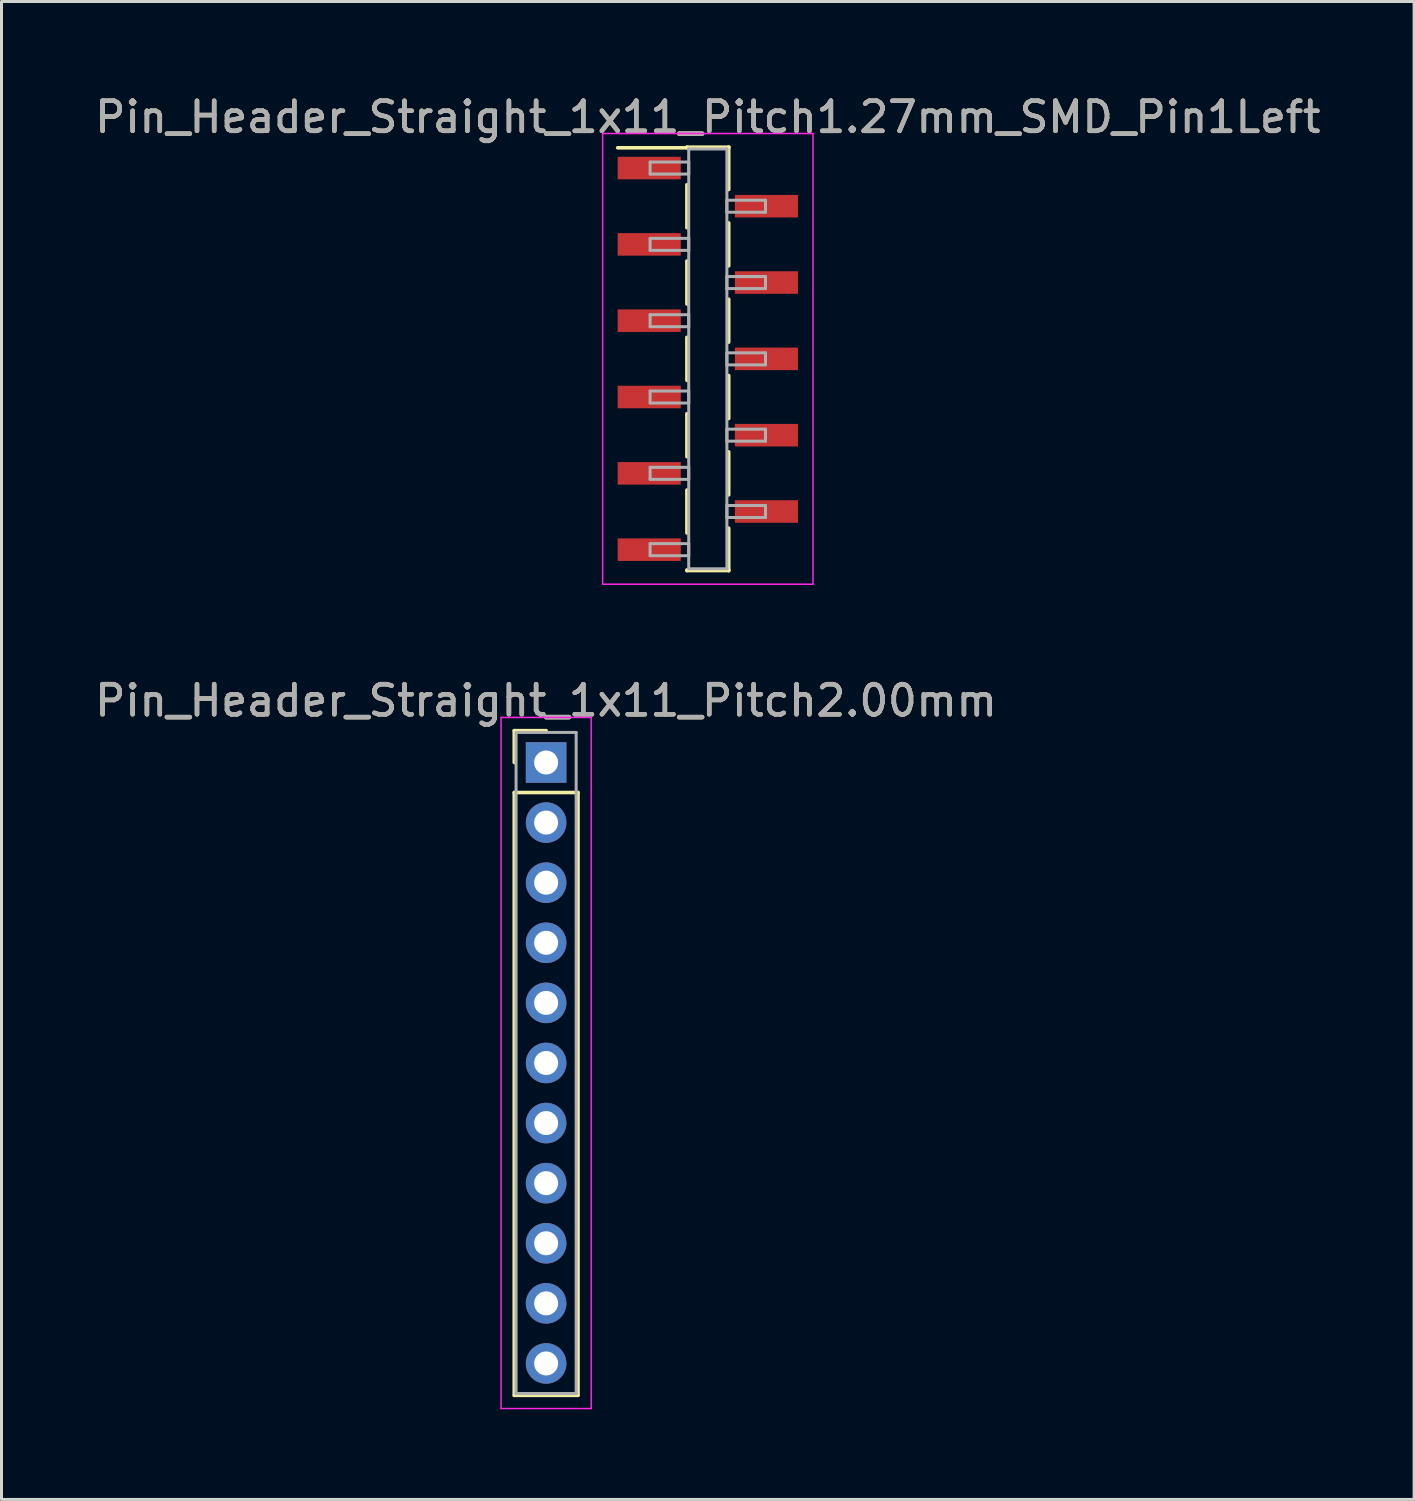
<source format=kicad_pcb>
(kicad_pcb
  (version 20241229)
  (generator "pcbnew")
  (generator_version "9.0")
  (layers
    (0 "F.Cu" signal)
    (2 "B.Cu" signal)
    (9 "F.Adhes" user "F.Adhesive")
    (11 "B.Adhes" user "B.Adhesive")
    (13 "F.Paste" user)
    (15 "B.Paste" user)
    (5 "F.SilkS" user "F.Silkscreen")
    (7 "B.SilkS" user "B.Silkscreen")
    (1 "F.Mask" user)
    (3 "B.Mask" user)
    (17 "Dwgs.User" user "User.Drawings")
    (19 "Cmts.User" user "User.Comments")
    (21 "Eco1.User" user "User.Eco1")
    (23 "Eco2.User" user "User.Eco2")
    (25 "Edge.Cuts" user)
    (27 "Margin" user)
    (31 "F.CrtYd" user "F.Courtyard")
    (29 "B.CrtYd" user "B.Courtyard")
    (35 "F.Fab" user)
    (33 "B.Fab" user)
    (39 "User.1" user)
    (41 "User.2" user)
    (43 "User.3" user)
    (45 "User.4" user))
  (footprint "Pin_Header_Straight_1x11_Pitch2.00mm"
    (layer "F.Cu")
    (at 15.125 22.326)
    (property "Reference" "Pin_Header_Straight_1x11_Pitch2.00mm" (at 0 -2.06 0) (layer "F.SilkS") (effects (font (size 1 1) (thickness 0.15))))
    (attr through_hole)
    (fp_line (start -1.06 -1.06) (end 0 -1.06) (stroke (width 0.12) (type solid)) (layer "F.SilkS"))
    (fp_line (start -1.06 0) (end -1.06 -1.06) (stroke (width 0.12) (type solid)) (layer "F.SilkS"))
    (fp_line (start -1.06 1) (end -1.06 21.06) (stroke (width 0.12) (type solid)) (layer "F.SilkS"))
    (fp_line (start -1.06 21.06) (end 1.06 21.06) (stroke (width 0.12) (type solid)) (layer "F.SilkS"))
    (fp_line (start 1.06 1) (end -1.06 1) (stroke (width 0.12) (type solid)) (layer "F.SilkS"))
    (fp_line (start 1.06 21.06) (end 1.06 1) (stroke (width 0.12) (type solid)) (layer "F.SilkS"))
    (fp_line (start -1.5 -1.5) (end -1.5 21.5) (stroke (width 0.05) (type solid)) (layer "F.CrtYd"))
    (fp_line (start -1.5 21.5) (end 1.5 21.5) (stroke (width 0.05) (type solid)) (layer "F.CrtYd"))
    (fp_line (start 1.5 -1.5) (end -1.5 -1.5) (stroke (width 0.05) (type solid)) (layer "F.CrtYd"))
    (fp_line (start 1.5 21.5) (end 1.5 -1.5) (stroke (width 0.05) (type solid)) (layer "F.CrtYd"))
    (fp_line (start -1 -1) (end -1 21) (stroke (width 0.1) (type solid)) (layer "F.Fab"))
    (fp_line (start -1 21) (end 1 21) (stroke (width 0.1) (type solid)) (layer "F.Fab"))
    (fp_line (start 1 -1) (end -1 -1) (stroke (width 0.1) (type solid)) (layer "F.Fab"))
    (fp_line (start 1 21) (end 1 -1) (stroke (width 0.1) (type solid)) (layer "F.Fab"))
    (fp_text user "${REFERENCE}" (at 0 -2.06 0) (layer "F.Fab") (effects (font (size 1 1) (thickness 0.15))))
    (pad "1" thru_hole rect (at 0 0) (size 1.35 1.35) (drill 0.8) (layers "*.Cu" "*.Mask"))
    (pad "2" thru_hole oval (at 0 2) (size 1.35 1.35) (drill 0.8) (layers "*.Cu" "*.Mask"))
    (pad "3" thru_hole oval (at 0 4) (size 1.35 1.35) (drill 0.8) (layers "*.Cu" "*.Mask"))
    (pad "4" thru_hole oval (at 0 6) (size 1.35 1.35) (drill 0.8) (layers "*.Cu" "*.Mask"))
    (pad "5" thru_hole oval (at 0 8) (size 1.35 1.35) (drill 0.8) (layers "*.Cu" "*.Mask"))
    (pad "6" thru_hole oval (at 0 10) (size 1.35 1.35) (drill 0.8) (layers "*.Cu" "*.Mask"))
    (pad "7" thru_hole oval (at 0 12) (size 1.35 1.35) (drill 0.8) (layers "*.Cu" "*.Mask"))
    (pad "8" thru_hole oval (at 0 14) (size 1.35 1.35) (drill 0.8) (layers "*.Cu" "*.Mask"))
    (pad "9" thru_hole oval (at 0 16) (size 1.35 1.35) (drill 0.8) (layers "*.Cu" "*.Mask"))
    (pad "10" thru_hole oval (at 0 18) (size 1.35 1.35) (drill 0.8) (layers "*.Cu" "*.Mask"))
    (pad "11" thru_hole oval (at 0 20) (size 1.35 1.35) (drill 0.8) (layers "*.Cu" "*.Mask")))
  (footprint "Pin_Header_Straight_1x11_Pitch1.27mm_SMD_Pin1Left"
    (layer "F.Cu")
    (at 20.506 8.893)
    (property "Reference" "Pin_Header_Straight_1x11_Pitch1.27mm_SMD_Pin1Left" (at 0 -8.045 0) (layer "F.SilkS") (effects (font (size 1 1) (thickness 0.15))))
    (attr smd)
    (fp_line (start -0.695 -7.045) (end 0.695 -7.045) (stroke (width 0.12) (type solid)) (layer "F.SilkS"))
    (fp_line (start -0.695 -7.025) (end -3 -7.025) (stroke (width 0.12) (type solid)) (layer "F.SilkS"))
    (fp_line (start -0.695 -7.025) (end -0.695 -7.045) (stroke (width 0.12) (type solid)) (layer "F.SilkS"))
    (fp_line (start -0.695 -5.795) (end -0.695 -4.365) (stroke (width 0.12) (type solid)) (layer "F.SilkS"))
    (fp_line (start -0.695 -3.255) (end -0.695 -1.825) (stroke (width 0.12) (type solid)) (layer "F.SilkS"))
    (fp_line (start -0.695 -0.715) (end -0.695 0.715) (stroke (width 0.12) (type solid)) (layer "F.SilkS"))
    (fp_line (start -0.695 1.825) (end -0.695 3.255) (stroke (width 0.12) (type solid)) (layer "F.SilkS"))
    (fp_line (start -0.695 4.365) (end -0.695 5.795) (stroke (width 0.12) (type solid)) (layer "F.SilkS"))
    (fp_line (start -0.695 7.025) (end -0.695 7.045) (stroke (width 0.12) (type solid)) (layer "F.SilkS"))
    (fp_line (start -0.695 7.045) (end 0.695 7.045) (stroke (width 0.12) (type solid)) (layer "F.SilkS"))
    (fp_line (start 0.695 -7.045) (end 0.695 -7.025) (stroke (width 0.12) (type solid)) (layer "F.SilkS"))
    (fp_line (start 0.695 -7.045) (end 0.695 -5.635) (stroke (width 0.12) (type solid)) (layer "F.SilkS"))
    (fp_line (start 0.695 -4.525) (end 0.695 -3.095) (stroke (width 0.12) (type solid)) (layer "F.SilkS"))
    (fp_line (start 0.695 -1.985) (end 0.695 -0.555) (stroke (width 0.12) (type solid)) (layer "F.SilkS"))
    (fp_line (start 0.695 0.555) (end 0.695 1.985) (stroke (width 0.12) (type solid)) (layer "F.SilkS"))
    (fp_line (start 0.695 3.095) (end 0.695 4.525) (stroke (width 0.12) (type solid)) (layer "F.SilkS"))
    (fp_line (start 0.695 5.635) (end 0.695 7.045) (stroke (width 0.12) (type solid)) (layer "F.SilkS"))
    (fp_line (start 0.695 7.045) (end 0.695 7.025) (stroke (width 0.12) (type solid)) (layer "F.SilkS"))
    (fp_line (start -3.5 -7.5) (end -3.5 7.5) (stroke (width 0.05) (type solid)) (layer "F.CrtYd"))
    (fp_line (start -3.5 7.5) (end 3.5 7.5) (stroke (width 0.05) (type solid)) (layer "F.CrtYd"))
    (fp_line (start 3.5 -7.5) (end -3.5 -7.5) (stroke (width 0.05) (type solid)) (layer "F.CrtYd"))
    (fp_line (start 3.5 7.5) (end 3.5 -7.5) (stroke (width 0.05) (type solid)) (layer "F.CrtYd"))
    (fp_line (start -1.92 -6.55) (end -0.635 -6.55) (stroke (width 0.1) (type solid)) (layer "F.Fab"))
    (fp_line (start -1.92 -6.15) (end -1.92 -6.55) (stroke (width 0.1) (type solid)) (layer "F.Fab"))
    (fp_line (start -1.92 -4.01) (end -0.635 -4.01) (stroke (width 0.1) (type solid)) (layer "F.Fab"))
    (fp_line (start -1.92 -3.61) (end -1.92 -4.01) (stroke (width 0.1) (type solid)) (layer "F.Fab"))
    (fp_line (start -1.92 -1.47) (end -0.635 -1.47) (stroke (width 0.1) (type solid)) (layer "F.Fab"))
    (fp_line (start -1.92 -1.07) (end -1.92 -1.47) (stroke (width 0.1) (type solid)) (layer "F.Fab"))
    (fp_line (start -1.92 1.07) (end -0.635 1.07) (stroke (width 0.1) (type solid)) (layer "F.Fab"))
    (fp_line (start -1.92 1.47) (end -1.92 1.07) (stroke (width 0.1) (type solid)) (layer "F.Fab"))
    (fp_line (start -1.92 3.61) (end -0.635 3.61) (stroke (width 0.1) (type solid)) (layer "F.Fab"))
    (fp_line (start -1.92 4.01) (end -1.92 3.61) (stroke (width 0.1) (type solid)) (layer "F.Fab"))
    (fp_line (start -1.92 6.15) (end -0.635 6.15) (stroke (width 0.1) (type solid)) (layer "F.Fab"))
    (fp_line (start -1.92 6.55) (end -1.92 6.15) (stroke (width 0.1) (type solid)) (layer "F.Fab"))
    (fp_line (start -0.635 -6.985) (end -0.635 6.985) (stroke (width 0.1) (type solid)) (layer "F.Fab"))
    (fp_line (start -0.635 -6.55) (end -0.635 -6.15) (stroke (width 0.1) (type solid)) (layer "F.Fab"))
    (fp_line (start -0.635 -6.15) (end -1.92 -6.15) (stroke (width 0.1) (type solid)) (layer "F.Fab"))
    (fp_line (start -0.635 -4.01) (end -0.635 -3.61) (stroke (width 0.1) (type solid)) (layer "F.Fab"))
    (fp_line (start -0.635 -3.61) (end -1.92 -3.61) (stroke (width 0.1) (type solid)) (layer "F.Fab"))
    (fp_line (start -0.635 -1.47) (end -0.635 -1.07) (stroke (width 0.1) (type solid)) (layer "F.Fab"))
    (fp_line (start -0.635 -1.07) (end -1.92 -1.07) (stroke (width 0.1) (type solid)) (layer "F.Fab"))
    (fp_line (start -0.635 1.07) (end -0.635 1.47) (stroke (width 0.1) (type solid)) (layer "F.Fab"))
    (fp_line (start -0.635 1.47) (end -1.92 1.47) (stroke (width 0.1) (type solid)) (layer "F.Fab"))
    (fp_line (start -0.635 3.61) (end -0.635 4.01) (stroke (width 0.1) (type solid)) (layer "F.Fab"))
    (fp_line (start -0.635 4.01) (end -1.92 4.01) (stroke (width 0.1) (type solid)) (layer "F.Fab"))
    (fp_line (start -0.635 6.15) (end -0.635 6.55) (stroke (width 0.1) (type solid)) (layer "F.Fab"))
    (fp_line (start -0.635 6.55) (end -1.92 6.55) (stroke (width 0.1) (type solid)) (layer "F.Fab"))
    (fp_line (start -0.635 6.985) (end 0.635 6.985) (stroke (width 0.1) (type solid)) (layer "F.Fab"))
    (fp_line (start 0.635 -6.985) (end -0.635 -6.985) (stroke (width 0.1) (type solid)) (layer "F.Fab"))
    (fp_line (start 0.635 -5.28) (end 0.635 -4.88) (stroke (width 0.1) (type solid)) (layer "F.Fab"))
    (fp_line (start 0.635 -4.88) (end 1.92 -4.88) (stroke (width 0.1) (type solid)) (layer "F.Fab"))
    (fp_line (start 0.635 -2.74) (end 0.635 -2.34) (stroke (width 0.1) (type solid)) (layer "F.Fab"))
    (fp_line (start 0.635 -2.34) (end 1.92 -2.34) (stroke (width 0.1) (type solid)) (layer "F.Fab"))
    (fp_line (start 0.635 -0.2) (end 0.635 0.2) (stroke (width 0.1) (type solid)) (layer "F.Fab"))
    (fp_line (start 0.635 0.2) (end 1.92 0.2) (stroke (width 0.1) (type solid)) (layer "F.Fab"))
    (fp_line (start 0.635 2.34) (end 0.635 2.74) (stroke (width 0.1) (type solid)) (layer "F.Fab"))
    (fp_line (start 0.635 2.74) (end 1.92 2.74) (stroke (width 0.1) (type solid)) (layer "F.Fab"))
    (fp_line (start 0.635 4.88) (end 0.635 5.28) (stroke (width 0.1) (type solid)) (layer "F.Fab"))
    (fp_line (start 0.635 5.28) (end 1.92 5.28) (stroke (width 0.1) (type solid)) (layer "F.Fab"))
    (fp_line (start 0.635 6.985) (end 0.635 -6.985) (stroke (width 0.1) (type solid)) (layer "F.Fab"))
    (fp_line (start 1.92 -5.28) (end 0.635 -5.28) (stroke (width 0.1) (type solid)) (layer "F.Fab"))
    (fp_line (start 1.92 -4.88) (end 1.92 -5.28) (stroke (width 0.1) (type solid)) (layer "F.Fab"))
    (fp_line (start 1.92 -2.74) (end 0.635 -2.74) (stroke (width 0.1) (type solid)) (layer "F.Fab"))
    (fp_line (start 1.92 -2.34) (end 1.92 -2.74) (stroke (width 0.1) (type solid)) (layer "F.Fab"))
    (fp_line (start 1.92 -0.2) (end 0.635 -0.2) (stroke (width 0.1) (type solid)) (layer "F.Fab"))
    (fp_line (start 1.92 0.2) (end 1.92 -0.2) (stroke (width 0.1) (type solid)) (layer "F.Fab"))
    (fp_line (start 1.92 2.34) (end 0.635 2.34) (stroke (width 0.1) (type solid)) (layer "F.Fab"))
    (fp_line (start 1.92 2.74) (end 1.92 2.34) (stroke (width 0.1) (type solid)) (layer "F.Fab"))
    (fp_line (start 1.92 4.88) (end 0.635 4.88) (stroke (width 0.1) (type solid)) (layer "F.Fab"))
    (fp_line (start 1.92 5.28) (end 1.92 4.88) (stroke (width 0.1) (type solid)) (layer "F.Fab"))
    (fp_text user "${REFERENCE}" (at 0 -8.045 0) (layer "F.Fab") (effects (font (size 1 1) (thickness 0.15))))
    (pad "1" smd rect (at -1.95 -6.35) (size 2.1 0.75) (layers "F.Cu" "F.Mask" "F.Paste"))
    (pad "2" smd rect (at 1.95 -5.08) (size 2.1 0.75) (layers "F.Cu" "F.Mask" "F.Paste"))
    (pad "3" smd rect (at -1.95 -3.81) (size 2.1 0.75) (layers "F.Cu" "F.Mask" "F.Paste"))
    (pad "4" smd rect (at 1.95 -2.54) (size 2.1 0.75) (layers "F.Cu" "F.Mask" "F.Paste"))
    (pad "5" smd rect (at -1.95 -1.27) (size 2.1 0.75) (layers "F.Cu" "F.Mask" "F.Paste"))
    (pad "6" smd rect (at 1.95 0) (size 2.1 0.75) (layers "F.Cu" "F.Mask" "F.Paste"))
    (pad "7" smd rect (at -1.95 1.27) (size 2.1 0.75) (layers "F.Cu" "F.Mask" "F.Paste"))
    (pad "8" smd rect (at 1.95 2.54) (size 2.1 0.75) (layers "F.Cu" "F.Mask" "F.Paste"))
    (pad "9" smd rect (at -1.95 3.81) (size 2.1 0.75) (layers "F.Cu" "F.Mask" "F.Paste"))
    (pad "10" smd rect (at 1.95 5.08) (size 2.1 0.75) (layers "F.Cu" "F.Mask" "F.Paste"))
    (pad "11" smd rect (at -1.95 6.35) (size 2.1 0.75) (layers "F.Cu" "F.Mask" "F.Paste")))
  (gr_rect
    (start -3 -3)
    (end 44.012 46.852)
    (stroke (width 0.1) (type default))
    (fill no)
    (layer "Edge.Cuts")))
</source>
